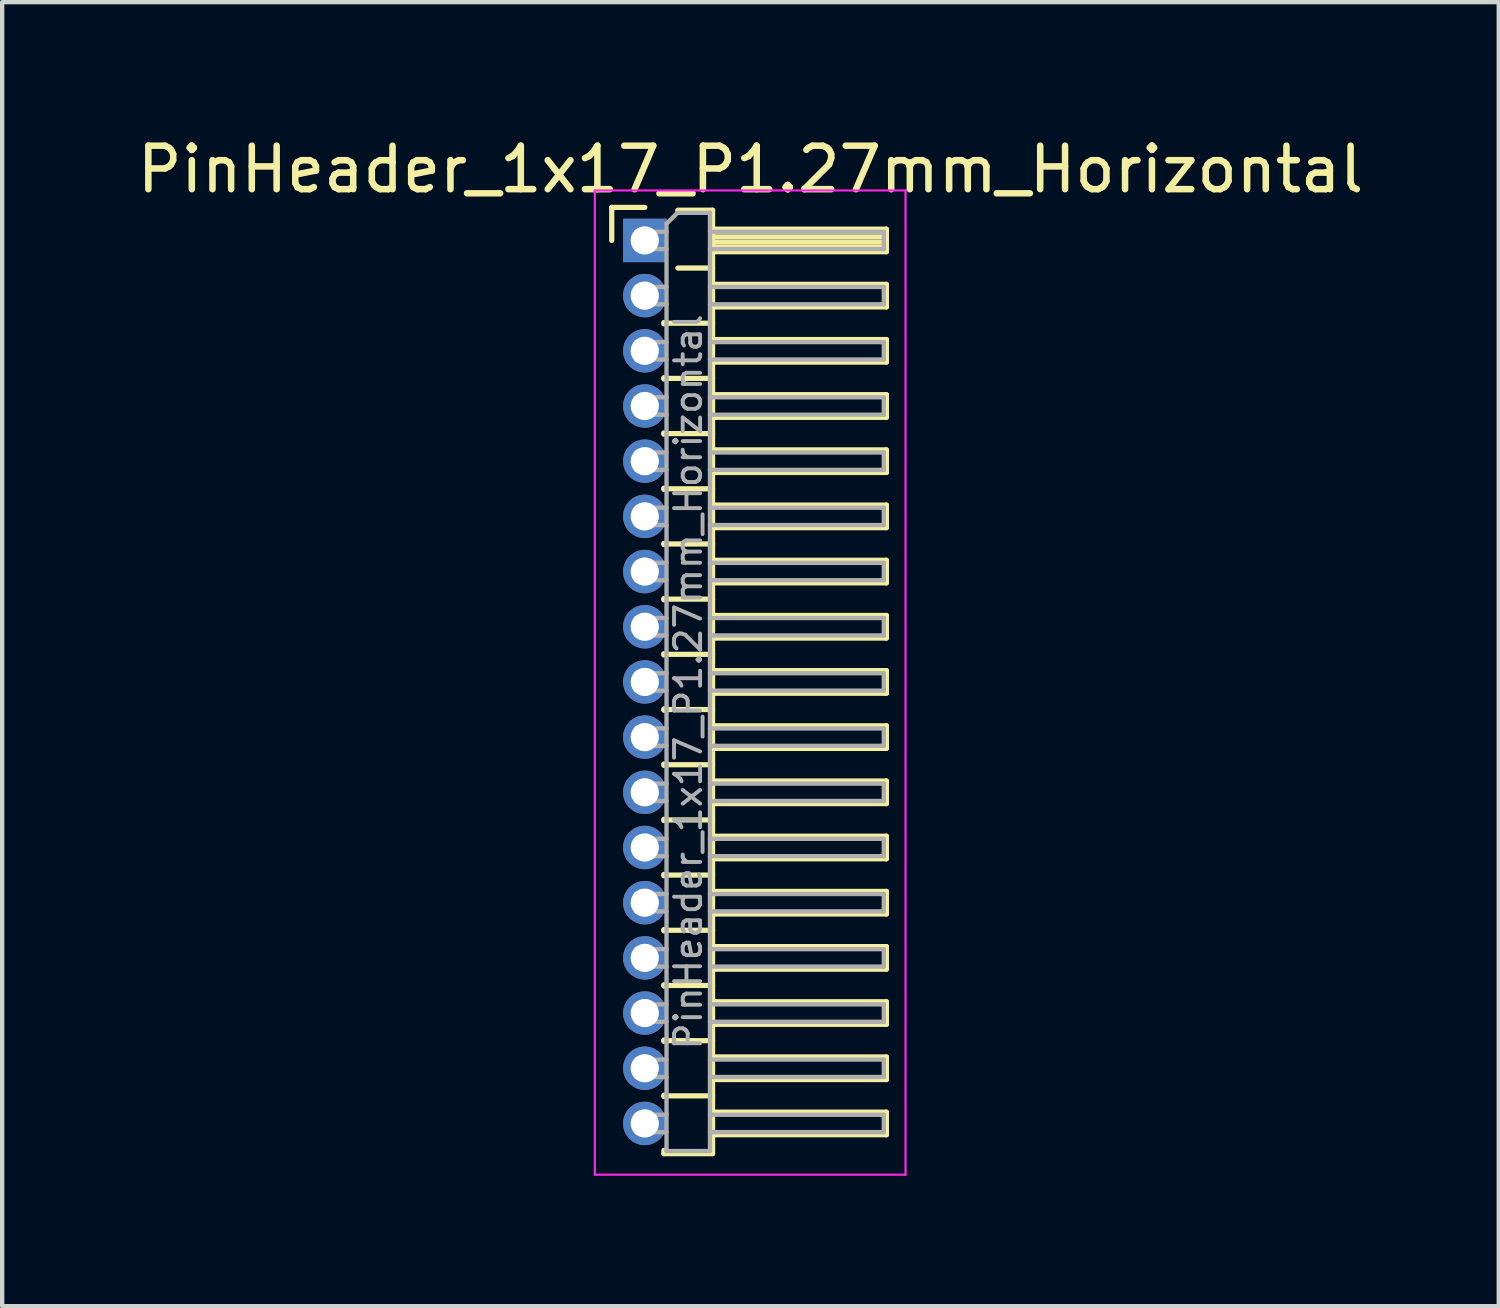
<source format=kicad_pcb>
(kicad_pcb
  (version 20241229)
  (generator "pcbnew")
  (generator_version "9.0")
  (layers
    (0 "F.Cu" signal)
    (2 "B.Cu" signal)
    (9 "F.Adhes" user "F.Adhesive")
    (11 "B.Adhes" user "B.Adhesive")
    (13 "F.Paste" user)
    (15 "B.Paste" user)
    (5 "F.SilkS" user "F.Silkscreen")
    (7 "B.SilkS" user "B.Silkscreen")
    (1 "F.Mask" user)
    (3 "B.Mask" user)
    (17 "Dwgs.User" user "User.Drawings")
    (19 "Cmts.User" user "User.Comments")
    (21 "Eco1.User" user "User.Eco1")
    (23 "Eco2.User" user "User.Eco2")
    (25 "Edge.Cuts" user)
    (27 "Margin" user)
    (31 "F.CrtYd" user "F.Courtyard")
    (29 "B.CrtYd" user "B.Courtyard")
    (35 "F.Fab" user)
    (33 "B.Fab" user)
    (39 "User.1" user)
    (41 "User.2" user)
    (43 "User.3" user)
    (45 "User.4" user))
  (footprint "PinHeader_1x17_P1.27mm_Horizontal"
    (layer "F.Cu")
    (at 11.788 2.483)
    (property "Reference" "PinHeader_1x17_P1.27mm_Horizontal" (at 2.433 -1.635 0) (layer "F.SilkS") (effects (font (size 1 1) (thickness 0.15))))
    (attr through_hole)
    (fp_line (start -0.76 -0.76) (end 0 -0.76) (stroke (width 0.12) (type solid)) (layer "F.SilkS"))
    (fp_line (start -0.76 0) (end -0.76 -0.76) (stroke (width 0.12) (type solid)) (layer "F.SilkS"))
    (fp_line (start 0.44 1.89) (end 0.44 1.92) (stroke (width 0.12) (type solid)) (layer "F.SilkS"))
    (fp_line (start 0.44 1.905) (end 1.56 1.905) (stroke (width 0.12) (type solid)) (layer "F.SilkS"))
    (fp_line (start 0.44 3.16) (end 0.44 3.19) (stroke (width 0.12) (type solid)) (layer "F.SilkS"))
    (fp_line (start 0.44 3.175) (end 1.56 3.175) (stroke (width 0.12) (type solid)) (layer "F.SilkS"))
    (fp_line (start 0.44 4.43) (end 0.44 4.46) (stroke (width 0.12) (type solid)) (layer "F.SilkS"))
    (fp_line (start 0.44 4.445) (end 1.56 4.445) (stroke (width 0.12) (type solid)) (layer "F.SilkS"))
    (fp_line (start 0.44 5.7) (end 0.44 5.73) (stroke (width 0.12) (type solid)) (layer "F.SilkS"))
    (fp_line (start 0.44 5.715) (end 1.56 5.715) (stroke (width 0.12) (type solid)) (layer "F.SilkS"))
    (fp_line (start 0.44 6.97) (end 0.44 7) (stroke (width 0.12) (type solid)) (layer "F.SilkS"))
    (fp_line (start 0.44 6.985) (end 1.56 6.985) (stroke (width 0.12) (type solid)) (layer "F.SilkS"))
    (fp_line (start 0.44 8.24) (end 0.44 8.27) (stroke (width 0.12) (type solid)) (layer "F.SilkS"))
    (fp_line (start 0.44 8.255) (end 1.56 8.255) (stroke (width 0.12) (type solid)) (layer "F.SilkS"))
    (fp_line (start 0.44 9.51) (end 0.44 9.54) (stroke (width 0.12) (type solid)) (layer "F.SilkS"))
    (fp_line (start 0.44 9.525) (end 1.56 9.525) (stroke (width 0.12) (type solid)) (layer "F.SilkS"))
    (fp_line (start 0.44 10.78) (end 0.44 10.81) (stroke (width 0.12) (type solid)) (layer "F.SilkS"))
    (fp_line (start 0.44 10.795) (end 1.56 10.795) (stroke (width 0.12) (type solid)) (layer "F.SilkS"))
    (fp_line (start 0.44 12.05) (end 0.44 12.08) (stroke (width 0.12) (type solid)) (layer "F.SilkS"))
    (fp_line (start 0.44 12.065) (end 1.56 12.065) (stroke (width 0.12) (type solid)) (layer "F.SilkS"))
    (fp_line (start 0.44 13.32) (end 0.44 13.35) (stroke (width 0.12) (type solid)) (layer "F.SilkS"))
    (fp_line (start 0.44 13.335) (end 1.56 13.335) (stroke (width 0.12) (type solid)) (layer "F.SilkS"))
    (fp_line (start 0.44 14.59) (end 0.44 14.62) (stroke (width 0.12) (type solid)) (layer "F.SilkS"))
    (fp_line (start 0.44 14.605) (end 1.56 14.605) (stroke (width 0.12) (type solid)) (layer "F.SilkS"))
    (fp_line (start 0.44 15.86) (end 0.44 15.89) (stroke (width 0.12) (type solid)) (layer "F.SilkS"))
    (fp_line (start 0.44 15.875) (end 1.56 15.875) (stroke (width 0.12) (type solid)) (layer "F.SilkS"))
    (fp_line (start 0.44 17.13) (end 0.44 17.16) (stroke (width 0.12) (type solid)) (layer "F.SilkS"))
    (fp_line (start 0.44 17.145) (end 1.56 17.145) (stroke (width 0.12) (type solid)) (layer "F.SilkS"))
    (fp_line (start 0.44 18.4) (end 0.44 18.43) (stroke (width 0.12) (type solid)) (layer "F.SilkS"))
    (fp_line (start 0.44 18.415) (end 1.56 18.415) (stroke (width 0.12) (type solid)) (layer "F.SilkS"))
    (fp_line (start 0.44 19.67) (end 0.44 19.7) (stroke (width 0.12) (type solid)) (layer "F.SilkS"))
    (fp_line (start 0.44 19.685) (end 1.56 19.685) (stroke (width 0.12) (type solid)) (layer "F.SilkS"))
    (fp_line (start 0.44 21.015) (end 0.44 20.94) (stroke (width 0.12) (type solid)) (layer "F.SilkS"))
    (fp_line (start 0.76 -0.695) (end 1.56 -0.695) (stroke (width 0.12) (type solid)) (layer "F.SilkS"))
    (fp_line (start 0.76 0.635) (end 1.56 0.635) (stroke (width 0.12) (type solid)) (layer "F.SilkS"))
    (fp_line (start 1.56 -0.695) (end 1.56 21.015) (stroke (width 0.12) (type solid)) (layer "F.SilkS"))
    (fp_line (start 1.56 -0.26) (end 5.56 -0.26) (stroke (width 0.12) (type solid)) (layer "F.SilkS"))
    (fp_line (start 1.56 -0.2) (end 5.56 -0.2) (stroke (width 0.12) (type solid)) (layer "F.SilkS"))
    (fp_line (start 1.56 -0.08) (end 5.56 -0.08) (stroke (width 0.12) (type solid)) (layer "F.SilkS"))
    (fp_line (start 1.56 0.04) (end 5.56 0.04) (stroke (width 0.12) (type solid)) (layer "F.SilkS"))
    (fp_line (start 1.56 0.16) (end 5.56 0.16) (stroke (width 0.12) (type solid)) (layer "F.SilkS"))
    (fp_line (start 1.56 1.01) (end 5.56 1.01) (stroke (width 0.12) (type solid)) (layer "F.SilkS"))
    (fp_line (start 1.56 2.28) (end 5.56 2.28) (stroke (width 0.12) (type solid)) (layer "F.SilkS"))
    (fp_line (start 1.56 3.55) (end 5.56 3.55) (stroke (width 0.12) (type solid)) (layer "F.SilkS"))
    (fp_line (start 1.56 4.82) (end 5.56 4.82) (stroke (width 0.12) (type solid)) (layer "F.SilkS"))
    (fp_line (start 1.56 6.09) (end 5.56 6.09) (stroke (width 0.12) (type solid)) (layer "F.SilkS"))
    (fp_line (start 1.56 7.36) (end 5.56 7.36) (stroke (width 0.12) (type solid)) (layer "F.SilkS"))
    (fp_line (start 1.56 8.63) (end 5.56 8.63) (stroke (width 0.12) (type solid)) (layer "F.SilkS"))
    (fp_line (start 1.56 9.9) (end 5.56 9.9) (stroke (width 0.12) (type solid)) (layer "F.SilkS"))
    (fp_line (start 1.56 11.17) (end 5.56 11.17) (stroke (width 0.12) (type solid)) (layer "F.SilkS"))
    (fp_line (start 1.56 12.44) (end 5.56 12.44) (stroke (width 0.12) (type solid)) (layer "F.SilkS"))
    (fp_line (start 1.56 13.71) (end 5.56 13.71) (stroke (width 0.12) (type solid)) (layer "F.SilkS"))
    (fp_line (start 1.56 14.98) (end 5.56 14.98) (stroke (width 0.12) (type solid)) (layer "F.SilkS"))
    (fp_line (start 1.56 16.25) (end 5.56 16.25) (stroke (width 0.12) (type solid)) (layer "F.SilkS"))
    (fp_line (start 1.56 17.52) (end 5.56 17.52) (stroke (width 0.12) (type solid)) (layer "F.SilkS"))
    (fp_line (start 1.56 18.79) (end 5.56 18.79) (stroke (width 0.12) (type solid)) (layer "F.SilkS"))
    (fp_line (start 1.56 20.06) (end 5.56 20.06) (stroke (width 0.12) (type solid)) (layer "F.SilkS"))
    (fp_line (start 1.56 21.015) (end 0.44 21.015) (stroke (width 0.12) (type solid)) (layer "F.SilkS"))
    (fp_line (start 5.56 -0.26) (end 5.56 0.26) (stroke (width 0.12) (type solid)) (layer "F.SilkS"))
    (fp_line (start 5.56 0.26) (end 1.56 0.26) (stroke (width 0.12) (type solid)) (layer "F.SilkS"))
    (fp_line (start 5.56 1.01) (end 5.56 1.53) (stroke (width 0.12) (type solid)) (layer "F.SilkS"))
    (fp_line (start 5.56 1.53) (end 1.56 1.53) (stroke (width 0.12) (type solid)) (layer "F.SilkS"))
    (fp_line (start 5.56 2.28) (end 5.56 2.8) (stroke (width 0.12) (type solid)) (layer "F.SilkS"))
    (fp_line (start 5.56 2.8) (end 1.56 2.8) (stroke (width 0.12) (type solid)) (layer "F.SilkS"))
    (fp_line (start 5.56 3.55) (end 5.56 4.07) (stroke (width 0.12) (type solid)) (layer "F.SilkS"))
    (fp_line (start 5.56 4.07) (end 1.56 4.07) (stroke (width 0.12) (type solid)) (layer "F.SilkS"))
    (fp_line (start 5.56 4.82) (end 5.56 5.34) (stroke (width 0.12) (type solid)) (layer "F.SilkS"))
    (fp_line (start 5.56 5.34) (end 1.56 5.34) (stroke (width 0.12) (type solid)) (layer "F.SilkS"))
    (fp_line (start 5.56 6.09) (end 5.56 6.61) (stroke (width 0.12) (type solid)) (layer "F.SilkS"))
    (fp_line (start 5.56 6.61) (end 1.56 6.61) (stroke (width 0.12) (type solid)) (layer "F.SilkS"))
    (fp_line (start 5.56 7.36) (end 5.56 7.88) (stroke (width 0.12) (type solid)) (layer "F.SilkS"))
    (fp_line (start 5.56 7.88) (end 1.56 7.88) (stroke (width 0.12) (type solid)) (layer "F.SilkS"))
    (fp_line (start 5.56 8.63) (end 5.56 9.15) (stroke (width 0.12) (type solid)) (layer "F.SilkS"))
    (fp_line (start 5.56 9.15) (end 1.56 9.15) (stroke (width 0.12) (type solid)) (layer "F.SilkS"))
    (fp_line (start 5.56 9.9) (end 5.56 10.42) (stroke (width 0.12) (type solid)) (layer "F.SilkS"))
    (fp_line (start 5.56 10.42) (end 1.56 10.42) (stroke (width 0.12) (type solid)) (layer "F.SilkS"))
    (fp_line (start 5.56 11.17) (end 5.56 11.69) (stroke (width 0.12) (type solid)) (layer "F.SilkS"))
    (fp_line (start 5.56 11.69) (end 1.56 11.69) (stroke (width 0.12) (type solid)) (layer "F.SilkS"))
    (fp_line (start 5.56 12.44) (end 5.56 12.96) (stroke (width 0.12) (type solid)) (layer "F.SilkS"))
    (fp_line (start 5.56 12.96) (end 1.56 12.96) (stroke (width 0.12) (type solid)) (layer "F.SilkS"))
    (fp_line (start 5.56 13.71) (end 5.56 14.23) (stroke (width 0.12) (type solid)) (layer "F.SilkS"))
    (fp_line (start 5.56 14.23) (end 1.56 14.23) (stroke (width 0.12) (type solid)) (layer "F.SilkS"))
    (fp_line (start 5.56 14.98) (end 5.56 15.5) (stroke (width 0.12) (type solid)) (layer "F.SilkS"))
    (fp_line (start 5.56 15.5) (end 1.56 15.5) (stroke (width 0.12) (type solid)) (layer "F.SilkS"))
    (fp_line (start 5.56 16.25) (end 5.56 16.77) (stroke (width 0.12) (type solid)) (layer "F.SilkS"))
    (fp_line (start 5.56 16.77) (end 1.56 16.77) (stroke (width 0.12) (type solid)) (layer "F.SilkS"))
    (fp_line (start 5.56 17.52) (end 5.56 18.04) (stroke (width 0.12) (type solid)) (layer "F.SilkS"))
    (fp_line (start 5.56 18.04) (end 1.56 18.04) (stroke (width 0.12) (type solid)) (layer "F.SilkS"))
    (fp_line (start 5.56 18.79) (end 5.56 19.31) (stroke (width 0.12) (type solid)) (layer "F.SilkS"))
    (fp_line (start 5.56 19.31) (end 1.56 19.31) (stroke (width 0.12) (type solid)) (layer "F.SilkS"))
    (fp_line (start 5.56 20.06) (end 5.56 20.58) (stroke (width 0.12) (type solid)) (layer "F.SilkS"))
    (fp_line (start 5.56 20.58) (end 1.56 20.58) (stroke (width 0.12) (type solid)) (layer "F.SilkS"))
    (fp_line (start -1.15 -1.15) (end -1.15 21.5) (stroke (width 0.05) (type solid)) (layer "F.CrtYd"))
    (fp_line (start -1.15 21.5) (end 6 21.5) (stroke (width 0.05) (type solid)) (layer "F.CrtYd"))
    (fp_line (start 6 -1.15) (end -1.15 -1.15) (stroke (width 0.05) (type solid)) (layer "F.CrtYd"))
    (fp_line (start 6 21.5) (end 6 -1.15) (stroke (width 0.05) (type solid)) (layer "F.CrtYd"))
    (fp_line (start -0.2 -0.2) (end -0.2 0.2) (stroke (width 0.1) (type solid)) (layer "F.Fab"))
    (fp_line (start -0.2 -0.2) (end 0.5 -0.2) (stroke (width 0.1) (type solid)) (layer "F.Fab"))
    (fp_line (start -0.2 0.2) (end 0.5 0.2) (stroke (width 0.1) (type solid)) (layer "F.Fab"))
    (fp_line (start -0.2 1.07) (end -0.2 1.47) (stroke (width 0.1) (type solid)) (layer "F.Fab"))
    (fp_line (start -0.2 1.07) (end 0.5 1.07) (stroke (width 0.1) (type solid)) (layer "F.Fab"))
    (fp_line (start -0.2 1.47) (end 0.5 1.47) (stroke (width 0.1) (type solid)) (layer "F.Fab"))
    (fp_line (start -0.2 2.34) (end -0.2 2.74) (stroke (width 0.1) (type solid)) (layer "F.Fab"))
    (fp_line (start -0.2 2.34) (end 0.5 2.34) (stroke (width 0.1) (type solid)) (layer "F.Fab"))
    (fp_line (start -0.2 2.74) (end 0.5 2.74) (stroke (width 0.1) (type solid)) (layer "F.Fab"))
    (fp_line (start -0.2 3.61) (end -0.2 4.01) (stroke (width 0.1) (type solid)) (layer "F.Fab"))
    (fp_line (start -0.2 3.61) (end 0.5 3.61) (stroke (width 0.1) (type solid)) (layer "F.Fab"))
    (fp_line (start -0.2 4.01) (end 0.5 4.01) (stroke (width 0.1) (type solid)) (layer "F.Fab"))
    (fp_line (start -0.2 4.88) (end -0.2 5.28) (stroke (width 0.1) (type solid)) (layer "F.Fab"))
    (fp_line (start -0.2 4.88) (end 0.5 4.88) (stroke (width 0.1) (type solid)) (layer "F.Fab"))
    (fp_line (start -0.2 5.28) (end 0.5 5.28) (stroke (width 0.1) (type solid)) (layer "F.Fab"))
    (fp_line (start -0.2 6.15) (end -0.2 6.55) (stroke (width 0.1) (type solid)) (layer "F.Fab"))
    (fp_line (start -0.2 6.15) (end 0.5 6.15) (stroke (width 0.1) (type solid)) (layer "F.Fab"))
    (fp_line (start -0.2 6.55) (end 0.5 6.55) (stroke (width 0.1) (type solid)) (layer "F.Fab"))
    (fp_line (start -0.2 7.42) (end -0.2 7.82) (stroke (width 0.1) (type solid)) (layer "F.Fab"))
    (fp_line (start -0.2 7.42) (end 0.5 7.42) (stroke (width 0.1) (type solid)) (layer "F.Fab"))
    (fp_line (start -0.2 7.82) (end 0.5 7.82) (stroke (width 0.1) (type solid)) (layer "F.Fab"))
    (fp_line (start -0.2 8.69) (end -0.2 9.09) (stroke (width 0.1) (type solid)) (layer "F.Fab"))
    (fp_line (start -0.2 8.69) (end 0.5 8.69) (stroke (width 0.1) (type solid)) (layer "F.Fab"))
    (fp_line (start -0.2 9.09) (end 0.5 9.09) (stroke (width 0.1) (type solid)) (layer "F.Fab"))
    (fp_line (start -0.2 9.96) (end -0.2 10.36) (stroke (width 0.1) (type solid)) (layer "F.Fab"))
    (fp_line (start -0.2 9.96) (end 0.5 9.96) (stroke (width 0.1) (type solid)) (layer "F.Fab"))
    (fp_line (start -0.2 10.36) (end 0.5 10.36) (stroke (width 0.1) (type solid)) (layer "F.Fab"))
    (fp_line (start -0.2 11.23) (end -0.2 11.63) (stroke (width 0.1) (type solid)) (layer "F.Fab"))
    (fp_line (start -0.2 11.23) (end 0.5 11.23) (stroke (width 0.1) (type solid)) (layer "F.Fab"))
    (fp_line (start -0.2 11.63) (end 0.5 11.63) (stroke (width 0.1) (type solid)) (layer "F.Fab"))
    (fp_line (start -0.2 12.5) (end -0.2 12.9) (stroke (width 0.1) (type solid)) (layer "F.Fab"))
    (fp_line (start -0.2 12.5) (end 0.5 12.5) (stroke (width 0.1) (type solid)) (layer "F.Fab"))
    (fp_line (start -0.2 12.9) (end 0.5 12.9) (stroke (width 0.1) (type solid)) (layer "F.Fab"))
    (fp_line (start -0.2 13.77) (end -0.2 14.17) (stroke (width 0.1) (type solid)) (layer "F.Fab"))
    (fp_line (start -0.2 13.77) (end 0.5 13.77) (stroke (width 0.1) (type solid)) (layer "F.Fab"))
    (fp_line (start -0.2 14.17) (end 0.5 14.17) (stroke (width 0.1) (type solid)) (layer "F.Fab"))
    (fp_line (start -0.2 15.04) (end -0.2 15.44) (stroke (width 0.1) (type solid)) (layer "F.Fab"))
    (fp_line (start -0.2 15.04) (end 0.5 15.04) (stroke (width 0.1) (type solid)) (layer "F.Fab"))
    (fp_line (start -0.2 15.44) (end 0.5 15.44) (stroke (width 0.1) (type solid)) (layer "F.Fab"))
    (fp_line (start -0.2 16.31) (end -0.2 16.71) (stroke (width 0.1) (type solid)) (layer "F.Fab"))
    (fp_line (start -0.2 16.31) (end 0.5 16.31) (stroke (width 0.1) (type solid)) (layer "F.Fab"))
    (fp_line (start -0.2 16.71) (end 0.5 16.71) (stroke (width 0.1) (type solid)) (layer "F.Fab"))
    (fp_line (start -0.2 17.58) (end -0.2 17.98) (stroke (width 0.1) (type solid)) (layer "F.Fab"))
    (fp_line (start -0.2 17.58) (end 0.5 17.58) (stroke (width 0.1) (type solid)) (layer "F.Fab"))
    (fp_line (start -0.2 17.98) (end 0.5 17.98) (stroke (width 0.1) (type solid)) (layer "F.Fab"))
    (fp_line (start -0.2 18.85) (end -0.2 19.25) (stroke (width 0.1) (type solid)) (layer "F.Fab"))
    (fp_line (start -0.2 18.85) (end 0.5 18.85) (stroke (width 0.1) (type solid)) (layer "F.Fab"))
    (fp_line (start -0.2 19.25) (end 0.5 19.25) (stroke (width 0.1) (type solid)) (layer "F.Fab"))
    (fp_line (start -0.2 20.12) (end -0.2 20.52) (stroke (width 0.1) (type solid)) (layer "F.Fab"))
    (fp_line (start -0.2 20.12) (end 0.5 20.12) (stroke (width 0.1) (type solid)) (layer "F.Fab"))
    (fp_line (start -0.2 20.52) (end 0.5 20.52) (stroke (width 0.1) (type solid)) (layer "F.Fab"))
    (fp_line (start 0.5 -0.385) (end 0.75 -0.635) (stroke (width 0.1) (type solid)) (layer "F.Fab"))
    (fp_line (start 0.5 20.955) (end 0.5 -0.385) (stroke (width 0.1) (type solid)) (layer "F.Fab"))
    (fp_line (start 0.75 -0.635) (end 1.5 -0.635) (stroke (width 0.1) (type solid)) (layer "F.Fab"))
    (fp_line (start 1.5 -0.635) (end 1.5 20.955) (stroke (width 0.1) (type solid)) (layer "F.Fab"))
    (fp_line (start 1.5 -0.2) (end 5.5 -0.2) (stroke (width 0.1) (type solid)) (layer "F.Fab"))
    (fp_line (start 1.5 0.2) (end 5.5 0.2) (stroke (width 0.1) (type solid)) (layer "F.Fab"))
    (fp_line (start 1.5 1.07) (end 5.5 1.07) (stroke (width 0.1) (type solid)) (layer "F.Fab"))
    (fp_line (start 1.5 1.47) (end 5.5 1.47) (stroke (width 0.1) (type solid)) (layer "F.Fab"))
    (fp_line (start 1.5 2.34) (end 5.5 2.34) (stroke (width 0.1) (type solid)) (layer "F.Fab"))
    (fp_line (start 1.5 2.74) (end 5.5 2.74) (stroke (width 0.1) (type solid)) (layer "F.Fab"))
    (fp_line (start 1.5 3.61) (end 5.5 3.61) (stroke (width 0.1) (type solid)) (layer "F.Fab"))
    (fp_line (start 1.5 4.01) (end 5.5 4.01) (stroke (width 0.1) (type solid)) (layer "F.Fab"))
    (fp_line (start 1.5 4.88) (end 5.5 4.88) (stroke (width 0.1) (type solid)) (layer "F.Fab"))
    (fp_line (start 1.5 5.28) (end 5.5 5.28) (stroke (width 0.1) (type solid)) (layer "F.Fab"))
    (fp_line (start 1.5 6.15) (end 5.5 6.15) (stroke (width 0.1) (type solid)) (layer "F.Fab"))
    (fp_line (start 1.5 6.55) (end 5.5 6.55) (stroke (width 0.1) (type solid)) (layer "F.Fab"))
    (fp_line (start 1.5 7.42) (end 5.5 7.42) (stroke (width 0.1) (type solid)) (layer "F.Fab"))
    (fp_line (start 1.5 7.82) (end 5.5 7.82) (stroke (width 0.1) (type solid)) (layer "F.Fab"))
    (fp_line (start 1.5 8.69) (end 5.5 8.69) (stroke (width 0.1) (type solid)) (layer "F.Fab"))
    (fp_line (start 1.5 9.09) (end 5.5 9.09) (stroke (width 0.1) (type solid)) (layer "F.Fab"))
    (fp_line (start 1.5 9.96) (end 5.5 9.96) (stroke (width 0.1) (type solid)) (layer "F.Fab"))
    (fp_line (start 1.5 10.36) (end 5.5 10.36) (stroke (width 0.1) (type solid)) (layer "F.Fab"))
    (fp_line (start 1.5 11.23) (end 5.5 11.23) (stroke (width 0.1) (type solid)) (layer "F.Fab"))
    (fp_line (start 1.5 11.63) (end 5.5 11.63) (stroke (width 0.1) (type solid)) (layer "F.Fab"))
    (fp_line (start 1.5 12.5) (end 5.5 12.5) (stroke (width 0.1) (type solid)) (layer "F.Fab"))
    (fp_line (start 1.5 12.9) (end 5.5 12.9) (stroke (width 0.1) (type solid)) (layer "F.Fab"))
    (fp_line (start 1.5 13.77) (end 5.5 13.77) (stroke (width 0.1) (type solid)) (layer "F.Fab"))
    (fp_line (start 1.5 14.17) (end 5.5 14.17) (stroke (width 0.1) (type solid)) (layer "F.Fab"))
    (fp_line (start 1.5 15.04) (end 5.5 15.04) (stroke (width 0.1) (type solid)) (layer "F.Fab"))
    (fp_line (start 1.5 15.44) (end 5.5 15.44) (stroke (width 0.1) (type solid)) (layer "F.Fab"))
    (fp_line (start 1.5 16.31) (end 5.5 16.31) (stroke (width 0.1) (type solid)) (layer "F.Fab"))
    (fp_line (start 1.5 16.71) (end 5.5 16.71) (stroke (width 0.1) (type solid)) (layer "F.Fab"))
    (fp_line (start 1.5 17.58) (end 5.5 17.58) (stroke (width 0.1) (type solid)) (layer "F.Fab"))
    (fp_line (start 1.5 17.98) (end 5.5 17.98) (stroke (width 0.1) (type solid)) (layer "F.Fab"))
    (fp_line (start 1.5 18.85) (end 5.5 18.85) (stroke (width 0.1) (type solid)) (layer "F.Fab"))
    (fp_line (start 1.5 19.25) (end 5.5 19.25) (stroke (width 0.1) (type solid)) (layer "F.Fab"))
    (fp_line (start 1.5 20.12) (end 5.5 20.12) (stroke (width 0.1) (type solid)) (layer "F.Fab"))
    (fp_line (start 1.5 20.52) (end 5.5 20.52) (stroke (width 0.1) (type solid)) (layer "F.Fab"))
    (fp_line (start 1.5 20.955) (end 0.5 20.955) (stroke (width 0.1) (type solid)) (layer "F.Fab"))
    (fp_line (start 5.5 -0.2) (end 5.5 0.2) (stroke (width 0.1) (type solid)) (layer "F.Fab"))
    (fp_line (start 5.5 1.07) (end 5.5 1.47) (stroke (width 0.1) (type solid)) (layer "F.Fab"))
    (fp_line (start 5.5 2.34) (end 5.5 2.74) (stroke (width 0.1) (type solid)) (layer "F.Fab"))
    (fp_line (start 5.5 3.61) (end 5.5 4.01) (stroke (width 0.1) (type solid)) (layer "F.Fab"))
    (fp_line (start 5.5 4.88) (end 5.5 5.28) (stroke (width 0.1) (type solid)) (layer "F.Fab"))
    (fp_line (start 5.5 6.15) (end 5.5 6.55) (stroke (width 0.1) (type solid)) (layer "F.Fab"))
    (fp_line (start 5.5 7.42) (end 5.5 7.82) (stroke (width 0.1) (type solid)) (layer "F.Fab"))
    (fp_line (start 5.5 8.69) (end 5.5 9.09) (stroke (width 0.1) (type solid)) (layer "F.Fab"))
    (fp_line (start 5.5 9.96) (end 5.5 10.36) (stroke (width 0.1) (type solid)) (layer "F.Fab"))
    (fp_line (start 5.5 11.23) (end 5.5 11.63) (stroke (width 0.1) (type solid)) (layer "F.Fab"))
    (fp_line (start 5.5 12.5) (end 5.5 12.9) (stroke (width 0.1) (type solid)) (layer "F.Fab"))
    (fp_line (start 5.5 13.77) (end 5.5 14.17) (stroke (width 0.1) (type solid)) (layer "F.Fab"))
    (fp_line (start 5.5 15.04) (end 5.5 15.44) (stroke (width 0.1) (type solid)) (layer "F.Fab"))
    (fp_line (start 5.5 16.31) (end 5.5 16.71) (stroke (width 0.1) (type solid)) (layer "F.Fab"))
    (fp_line (start 5.5 17.58) (end 5.5 17.98) (stroke (width 0.1) (type solid)) (layer "F.Fab"))
    (fp_line (start 5.5 18.85) (end 5.5 19.25) (stroke (width 0.1) (type solid)) (layer "F.Fab"))
    (fp_line (start 5.5 20.12) (end 5.5 20.52) (stroke (width 0.1) (type solid)) (layer "F.Fab"))
    (fp_text user "${REFERENCE}" (at 1 10.16 90) (layer "F.Fab") (effects (font (size 0.6 0.6) (thickness 0.09))))
    (pad "1" thru_hole rect (at 0 0) (size 1 1) (drill 0.65) (layers "*.Cu" "*.Mask"))
    (pad "2" thru_hole oval (at 0 1.27) (size 1 1) (drill 0.65) (layers "*.Cu" "*.Mask"))
    (pad "3" thru_hole oval (at 0 2.54) (size 1 1) (drill 0.65) (layers "*.Cu" "*.Mask"))
    (pad "4" thru_hole oval (at 0 3.81) (size 1 1) (drill 0.65) (layers "*.Cu" "*.Mask"))
    (pad "5" thru_hole oval (at 0 5.08) (size 1 1) (drill 0.65) (layers "*.Cu" "*.Mask"))
    (pad "6" thru_hole oval (at 0 6.35) (size 1 1) (drill 0.65) (layers "*.Cu" "*.Mask"))
    (pad "7" thru_hole oval (at 0 7.62) (size 1 1) (drill 0.65) (layers "*.Cu" "*.Mask"))
    (pad "8" thru_hole oval (at 0 8.89) (size 1 1) (drill 0.65) (layers "*.Cu" "*.Mask"))
    (pad "9" thru_hole oval (at 0 10.16) (size 1 1) (drill 0.65) (layers "*.Cu" "*.Mask"))
    (pad "10" thru_hole oval (at 0 11.43) (size 1 1) (drill 0.65) (layers "*.Cu" "*.Mask"))
    (pad "11" thru_hole oval (at 0 12.7) (size 1 1) (drill 0.65) (layers "*.Cu" "*.Mask"))
    (pad "12" thru_hole oval (at 0 13.97) (size 1 1) (drill 0.65) (layers "*.Cu" "*.Mask"))
    (pad "13" thru_hole oval (at 0 15.24) (size 1 1) (drill 0.65) (layers "*.Cu" "*.Mask"))
    (pad "14" thru_hole oval (at 0 16.51) (size 1 1) (drill 0.65) (layers "*.Cu" "*.Mask"))
    (pad "15" thru_hole oval (at 0 17.78) (size 1 1) (drill 0.65) (layers "*.Cu" "*.Mask"))
    (pad "16" thru_hole oval (at 0 19.05) (size 1 1) (drill 0.65) (layers "*.Cu" "*.Mask"))
    (pad "17" thru_hole oval (at 0 20.32) (size 1 1) (drill 0.65) (layers "*.Cu" "*.Mask")))
  (gr_rect
    (start -3 -3)
    (end 31.44 27.008)
    (stroke (width 0.1) (type default))
    (fill no)
    (layer "Edge.Cuts")))
</source>
